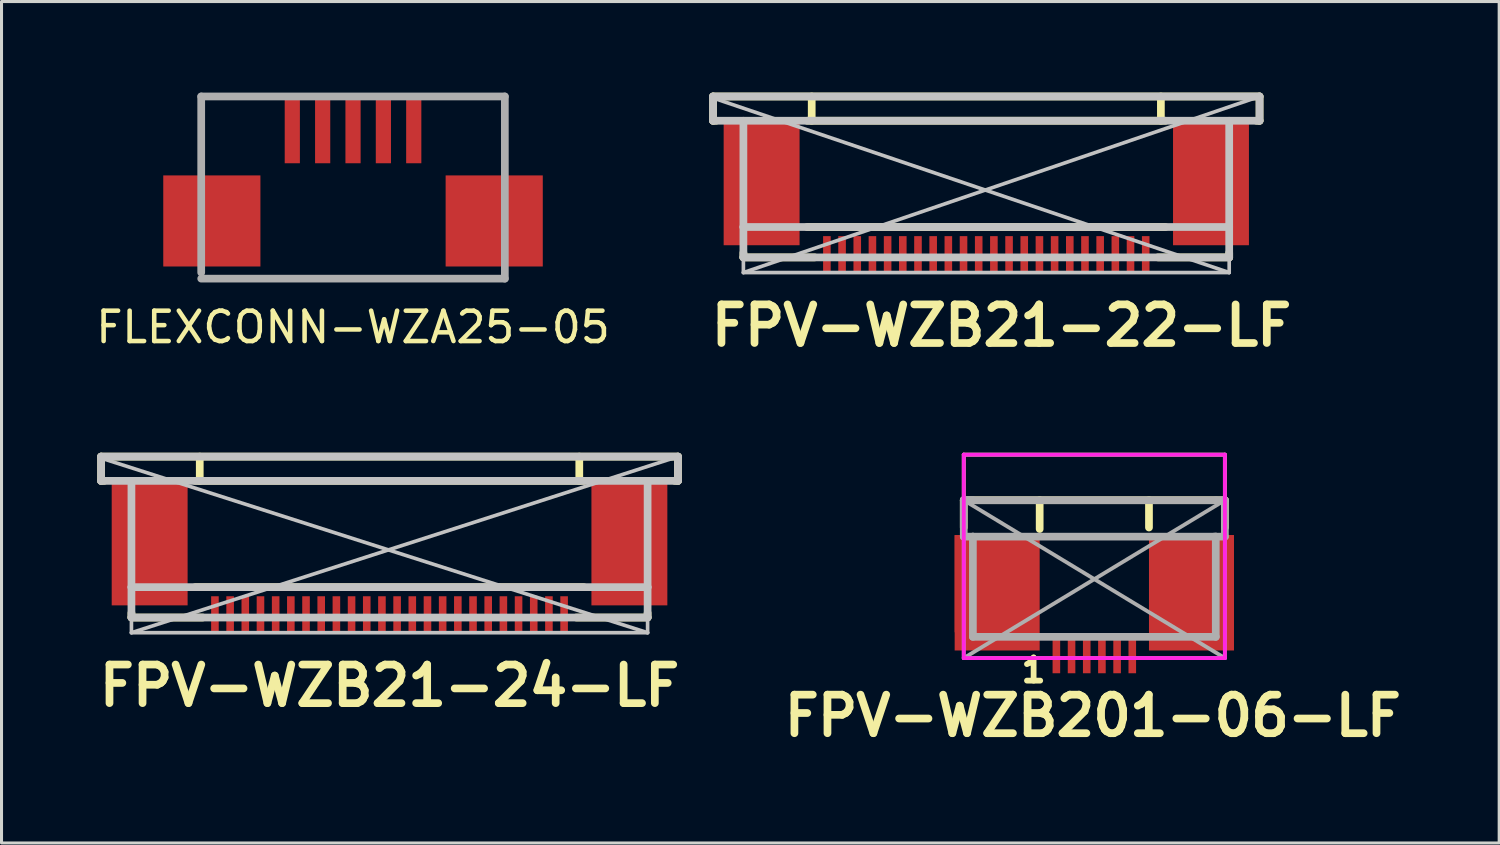
<source format=kicad_pcb>
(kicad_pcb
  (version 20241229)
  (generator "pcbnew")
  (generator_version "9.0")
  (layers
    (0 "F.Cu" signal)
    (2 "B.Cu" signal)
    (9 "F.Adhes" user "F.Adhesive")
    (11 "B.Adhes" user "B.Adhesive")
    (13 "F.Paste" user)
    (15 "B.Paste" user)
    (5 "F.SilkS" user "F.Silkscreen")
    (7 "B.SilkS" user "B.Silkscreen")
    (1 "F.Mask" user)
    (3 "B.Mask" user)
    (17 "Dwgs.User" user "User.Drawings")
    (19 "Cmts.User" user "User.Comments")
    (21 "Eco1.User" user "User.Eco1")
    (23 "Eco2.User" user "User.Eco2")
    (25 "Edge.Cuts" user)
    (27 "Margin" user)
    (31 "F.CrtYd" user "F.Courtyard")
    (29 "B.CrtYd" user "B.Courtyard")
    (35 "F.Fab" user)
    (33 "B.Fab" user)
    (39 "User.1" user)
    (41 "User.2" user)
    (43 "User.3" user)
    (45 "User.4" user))
  (footprint "FPV-WZB201-06-LF"
    (layer "F.Cu")
    (at 32.992 16.024)
    (property "Reference" "FPV-WZB201-06-LF" (at -0.05 4.5 0) (layer "F.SilkS") (effects (font (size 1.27 1.27) (thickness 0.254))))
    (attr smd)
    (fp_line (start -4.3 -4.1) (end -4.3 -2.6) (stroke (width 0.127) (type solid)) (layer "F.SilkS"))
    (fp_line (start -4.3 -2.6) (end -4.3 -1.7) (stroke (width 0.254) (type solid)) (layer "F.SilkS"))
    (fp_line (start -1.8 -2.6) (end -1.8 -1.65) (stroke (width 0.254) (type solid)) (layer "F.SilkS"))
    (fp_line (start 1.8 -2.6) (end 1.8 -1.7) (stroke (width 0.254) (type solid)) (layer "F.SilkS"))
    (fp_line (start 4.3 -4.1) (end -4.3 -4.1) (stroke (width 0.127) (type solid)) (layer "F.SilkS"))
    (fp_line (start 4.3 -2.6) (end -4.3 -2.6) (stroke (width 0.254) (type solid)) (layer "F.SilkS"))
    (fp_line (start 4.3 -2.6) (end 4.3 -4.1) (stroke (width 0.127) (type solid)) (layer "F.SilkS"))
    (fp_line (start 4.3 -2.6) (end 4.3 -1.7) (stroke (width 0.254) (type solid)) (layer "F.SilkS"))
    (fp_line (start -4.3 -4.1) (end -4.3 2.6) (stroke (width 0.127) (type solid)) (layer "F.CrtYd"))
    (fp_line (start -4.3 -4.1) (end 4.3 -4.1) (stroke (width 0.127) (type solid)) (layer "F.CrtYd"))
    (fp_line (start -4.3 2.6) (end 4.3 2.6) (stroke (width 0.127) (type solid)) (layer "F.CrtYd"))
    (fp_line (start 4.3 -4.1) (end 4.3 2.6) (stroke (width 0.127) (type solid)) (layer "F.CrtYd"))
    (fp_line (start -4.3 -2.6) (end -4.3 -1.4) (stroke (width 0.254) (type solid)) (layer "F.Fab"))
    (fp_line (start -4.3 -1.4) (end -4.3 2.6) (stroke (width 0.127) (type solid)) (layer "F.Fab"))
    (fp_line (start -4.3 -1.4) (end -4 -1.4) (stroke (width 0.254) (type solid)) (layer "F.Fab"))
    (fp_line (start -4.3 2.6) (end 4.3 -2.6) (stroke (width 0.127) (type solid)) (layer "F.Fab"))
    (fp_line (start -4.3 2.6) (end 4.3 2.6) (stroke (width 0.127) (type solid)) (layer "F.Fab"))
    (fp_line (start -4 -2.6) (end -4.3 -2.6) (stroke (width 0.254) (type solid)) (layer "F.Fab"))
    (fp_line (start -4 -1.4) (end -4 1.9) (stroke (width 0.254) (type solid)) (layer "F.Fab"))
    (fp_line (start -4 1.9) (end 4 1.9) (stroke (width 0.254) (type solid)) (layer "F.Fab"))
    (fp_line (start 4 -2.6) (end -4.3 -2.6) (stroke (width 0.254) (type solid)) (layer "F.Fab"))
    (fp_line (start 4 -2.6) (end 4.3 -2.6) (stroke (width 0.254) (type solid)) (layer "F.Fab"))
    (fp_line (start 4 -1.4) (end -4 -1.4) (stroke (width 0.254) (type solid)) (layer "F.Fab"))
    (fp_line (start 4 1.9) (end 4 -1.4) (stroke (width 0.254) (type solid)) (layer "F.Fab"))
    (fp_line (start 4.3 -2.6) (end 4.3 -1.4) (stroke (width 0.254) (type solid)) (layer "F.Fab"))
    (fp_line (start 4.3 -1.4) (end 3.95 -1.4) (stroke (width 0.254) (type solid)) (layer "F.Fab"))
    (fp_line (start 4.3 -1.4) (end 4.3 2.6) (stroke (width 0.127) (type solid)) (layer "F.Fab"))
    (fp_line (start 4.3 2.6) (end -4.3 -2.6) (stroke (width 0.127) (type solid)) (layer "F.Fab"))
    (fp_text user "1" (at -2 3 0) (layer "F.SilkS") (effects (font (size 0.762 0.762) (thickness 0.191))))
    (pad "0" smd rect (at -3.4 0.15 180) (size 2.4 3.2) (layers "F.Cu" "F.Mask" "F.Paste"))
    (pad "0" smd rect (at -3.2 0.45 180) (size 2.8 3.8) (layers "F.Cu"))
    (pad "0" smd rect (at 3.2 0.45 180) (size 2.8 3.8) (layers "F.Cu"))
    (pad "0" smd rect (at 3.4 0.15 180) (size 2.4 3.2) (layers "F.Cu" "F.Mask" "F.Paste"))
    (pad "1" smd rect (at -1.25 2.45 180) (size 0.25 1.3) (layers "F.Cu" "F.Mask" "F.Paste"))
    (pad "2" smd rect (at -0.75 2.45 180) (size 0.25 1.3) (layers "F.Cu" "F.Mask" "F.Paste"))
    (pad "3" smd rect (at -0.25 2.45 180) (size 0.25 1.3) (layers "F.Cu" "F.Mask" "F.Paste"))
    (pad "4" smd rect (at 0.25 2.45 180) (size 0.25 1.3) (layers "F.Cu" "F.Mask" "F.Paste"))
    (pad "5" smd rect (at 0.75 2.45 180) (size 0.25 1.3) (layers "F.Cu" "F.Mask" "F.Paste"))
    (pad "6" smd rect (at 1.25 2.45 180) (size 0.25 1.3) (layers "F.Cu" "F.Mask" "F.Paste")))
  (footprint "FLEXCONN-WZA25-05"
    (layer "F.Cu")
    (at 8.577 5.727)
    (property "Reference" "FLEXCONN-WZA25-05" (at 0 2 180) (layer "F.SilkS") (effects (font (size 1 1) (thickness 0.15))))
    (attr smd)
    (fp_line (start -5 -5.6) (end -5 0.2) (stroke (width 0.254) (type solid)) (layer "F.Fab"))
    (fp_line (start -5 0.4) (end 5 0.4) (stroke (width 0.254) (type solid)) (layer "F.Fab"))
    (fp_line (start 5 -5.6) (end -5 -5.6) (stroke (width 0.254) (type solid)) (layer "F.Fab"))
    (fp_line (start 5 0.4) (end 5 -5.6) (stroke (width 0.254) (type solid)) (layer "F.Fab"))
    (pad "0" smd rect (at -4.65 -1.5) (size 3.2 3) (layers "F.Cu" "F.Mask" "F.Paste"))
    (pad "0" smd rect (at 4.65 -1.5) (size 3.2 3) (layers "F.Cu" "F.Mask" "F.Paste"))
    (pad "1" smd rect (at -2 -4.5) (size 0.5 2.2) (layers "F.Cu" "F.Mask" "F.Paste"))
    (pad "2" smd rect (at -1 -4.5) (size 0.5 2.2) (layers "F.Cu" "F.Mask" "F.Paste"))
    (pad "3" smd rect (at 0 -4.5) (size 0.5 2.2) (layers "F.Cu" "F.Mask" "F.Paste"))
    (pad "4" smd rect (at 1 -4.5) (size 0.5 2.2) (layers "F.Cu" "F.Mask" "F.Paste"))
    (pad "5" smd rect (at 2 -4.5) (size 0.5 2.2) (layers "F.Cu" "F.Mask" "F.Paste")))
  (footprint "FPV-WZB21-22-LF"
    (layer "F.Cu")
    (at 29.434 3.227)
    (property "Reference" "FPV-WZB21-22-LF" (at 0.5 4.445 0) (layer "F.SilkS") (effects (font (size 1.27 1.27) (thickness 0.254))))
    (attr smd)
    (fp_line (start -9 -3.1) (end 9 -3.1) (stroke (width 0.254) (type solid)) (layer "F.SilkS"))
    (fp_line (start -9 -2.3) (end -9 -3.1) (stroke (width 0.254) (type solid)) (layer "F.SilkS"))
    (fp_line (start -9 -2.3) (end -8.9 -2.3) (stroke (width 0.254) (type solid)) (layer "F.SilkS"))
    (fp_line (start -8 2.05) (end -8 2.2) (stroke (width 0.254) (type solid)) (layer "F.SilkS"))
    (fp_line (start -8 2.2) (end -5.65 2.2) (stroke (width 0.254) (type solid)) (layer "F.SilkS"))
    (fp_line (start -5.9 1.2) (end 5.9 1.2) (stroke (width 0.254) (type solid)) (layer "F.SilkS"))
    (fp_line (start -5.75 -2.3) (end -5.75 -3.1) (stroke (width 0.254) (type solid)) (layer "F.SilkS"))
    (fp_line (start 5.65 2.2) (end 8 2.2) (stroke (width 0.254) (type solid)) (layer "F.SilkS"))
    (fp_line (start 5.75 -2.3) (end 5.75 -3.1) (stroke (width 0.254) (type solid)) (layer "F.SilkS"))
    (fp_line (start 5.9 -2.3) (end -5.9 -2.3) (stroke (width 0.254) (type solid)) (layer "F.SilkS"))
    (fp_line (start 8 2.2) (end 8 2.05) (stroke (width 0.254) (type solid)) (layer "F.SilkS"))
    (fp_line (start 9 -3.1) (end 9 -2.3) (stroke (width 0.254) (type solid)) (layer "F.SilkS"))
    (fp_line (start 9 -2.3) (end 8.9 -2.3) (stroke (width 0.254) (type solid)) (layer "F.SilkS"))
    (fp_line (start -9 -3.1) (end -9 -2.3) (stroke (width 0.254) (type solid)) (layer "Dwgs.User"))
    (fp_line (start -9 -3.1) (end 9 -3.1) (stroke (width 0.254) (type solid)) (layer "Dwgs.User"))
    (fp_line (start -9 -2.3) (end 9 -2.3) (stroke (width 0.254) (type solid)) (layer "Dwgs.User"))
    (fp_line (start -8 1.2) (end -8 -2.3) (stroke (width 0.254) (type solid)) (layer "Dwgs.User"))
    (fp_line (start -8 1.2) (end -8 2.2) (stroke (width 0.254) (type solid)) (layer "Dwgs.User"))
    (fp_line (start -8 1.2) (end 8 1.2) (stroke (width 0.254) (type solid)) (layer "Dwgs.User"))
    (fp_line (start -8 2.2) (end -8 2.7) (stroke (width 0.12) (type solid)) (layer "Dwgs.User"))
    (fp_line (start -8 2.2) (end 8 2.2) (stroke (width 0.254) (type solid)) (layer "Dwgs.User"))
    (fp_line (start -8 2.7) (end 8 2.7) (stroke (width 0.12) (type solid)) (layer "Dwgs.User"))
    (fp_line (start 8 1.2) (end 8 -2.3) (stroke (width 0.254) (type solid)) (layer "Dwgs.User"))
    (fp_line (start 8 1.2) (end 8 2.2) (stroke (width 0.254) (type solid)) (layer "Dwgs.User"))
    (fp_line (start 8 2.7) (end -9 -3.05) (stroke (width 0.12) (type solid)) (layer "Dwgs.User"))
    (fp_line (start 8 2.7) (end 8 2.2) (stroke (width 0.12) (type solid)) (layer "Dwgs.User"))
    (fp_line (start 9 -3.1) (end -8 2.7) (stroke (width 0.12) (type solid)) (layer "Dwgs.User"))
    (fp_line (start 9 -2.3) (end 9 -3.1) (stroke (width 0.254) (type solid)) (layer "Dwgs.User"))
    (pad "0" smd rect (at -7.4 -0.25) (size 2.5 4.1) (layers "F.Cu" "F.Mask" "F.Paste"))
    (pad "0" smd rect (at 7.4 -0.25) (size 2.5 4.1) (layers "F.Cu" "F.Mask" "F.Paste"))
    (pad "1" smd rect (at -5.25 2.1) (size 0.25 1.2) (layers "F.Cu" "F.Mask" "F.Paste"))
    (pad "2" smd rect (at -4.75 2.1) (size 0.25 1.2) (layers "F.Cu" "F.Mask" "F.Paste"))
    (pad "3" smd rect (at -4.25 2.1) (size 0.25 1.2) (layers "F.Cu" "F.Mask" "F.Paste"))
    (pad "4" smd rect (at -3.75 2.1) (size 0.25 1.2) (layers "F.Cu" "F.Mask" "F.Paste"))
    (pad "5" smd rect (at -3.25 2.1) (size 0.25 1.2) (layers "F.Cu" "F.Mask" "F.Paste"))
    (pad "6" smd rect (at -2.75 2.1) (size 0.25 1.2) (layers "F.Cu" "F.Mask" "F.Paste"))
    (pad "7" smd rect (at -2.25 2.1) (size 0.25 1.2) (layers "F.Cu" "F.Mask" "F.Paste"))
    (pad "8" smd rect (at -1.75 2.1) (size 0.25 1.2) (layers "F.Cu" "F.Mask" "F.Paste"))
    (pad "9" smd rect (at -1.25 2.1) (size 0.25 1.2) (layers "F.Cu" "F.Mask" "F.Paste"))
    (pad "10" smd rect (at -0.75 2.1) (size 0.25 1.2) (layers "F.Cu" "F.Mask" "F.Paste"))
    (pad "11" smd rect (at -0.25 2.1) (size 0.25 1.2) (layers "F.Cu" "F.Mask" "F.Paste"))
    (pad "12" smd rect (at 0.25 2.1) (size 0.25 1.2) (layers "F.Cu" "F.Mask" "F.Paste"))
    (pad "13" smd rect (at 0.75 2.1) (size 0.25 1.2) (layers "F.Cu" "F.Mask" "F.Paste"))
    (pad "14" smd rect (at 1.25 2.1) (size 0.25 1.2) (layers "F.Cu" "F.Mask" "F.Paste"))
    (pad "15" smd rect (at 1.75 2.1) (size 0.25 1.2) (layers "F.Cu" "F.Mask" "F.Paste"))
    (pad "16" smd rect (at 2.25 2.1) (size 0.25 1.2) (layers "F.Cu" "F.Mask" "F.Paste"))
    (pad "17" smd rect (at 2.75 2.1) (size 0.25 1.2) (layers "F.Cu" "F.Mask" "F.Paste"))
    (pad "18" smd rect (at 3.25 2.1) (size 0.25 1.2) (layers "F.Cu" "F.Mask" "F.Paste"))
    (pad "19" smd rect (at 3.75 2.1) (size 0.25 1.2) (layers "F.Cu" "F.Mask" "F.Paste"))
    (pad "20" smd rect (at 4.25 2.1) (size 0.25 1.2) (layers "F.Cu" "F.Mask" "F.Paste"))
    (pad "21" smd rect (at 4.75 2.1) (size 0.25 1.2) (layers "F.Cu" "F.Mask" "F.Paste"))
    (pad "22" smd rect (at 5.25 2.1) (size 0.25 1.2) (layers "F.Cu" "F.Mask" "F.Paste")))
  (footprint "FPV-WZB21-24-LF"
    (layer "F.Cu")
    (at 9.779 15.088)
    (property "Reference" "FPV-WZB21-24-LF" (at 0 4.445 0) (layer "F.SilkS") (effects (font (size 1.27 1.27) (thickness 0.254))))
    (attr smd)
    (fp_line (start -9.5 -3.1) (end 9.5 -3.1) (stroke (width 0.254) (type solid)) (layer "F.SilkS"))
    (fp_line (start -9.5 -2.3) (end -9.5 -3.1) (stroke (width 0.254) (type solid)) (layer "F.SilkS"))
    (fp_line (start -9.5 -2.3) (end -9.4 -2.3) (stroke (width 0.254) (type solid)) (layer "F.SilkS"))
    (fp_line (start -8.5 2.05) (end -8.5 2.2) (stroke (width 0.254) (type solid)) (layer "F.SilkS"))
    (fp_line (start -8.5 2.2) (end -6.15 2.2) (stroke (width 0.254) (type solid)) (layer "F.SilkS"))
    (fp_line (start -6.4 1.2) (end 6.4 1.2) (stroke (width 0.254) (type solid)) (layer "F.SilkS"))
    (fp_line (start -6.25 -2.3) (end -6.25 -3.1) (stroke (width 0.254) (type solid)) (layer "F.SilkS"))
    (fp_line (start 6.15 2.2) (end 8.5 2.2) (stroke (width 0.254) (type solid)) (layer "F.SilkS"))
    (fp_line (start 6.25 -2.3) (end 6.25 -3.1) (stroke (width 0.254) (type solid)) (layer "F.SilkS"))
    (fp_line (start 6.4 -2.3) (end -6.4 -2.3) (stroke (width 0.254) (type solid)) (layer "F.SilkS"))
    (fp_line (start 8.5 2.2) (end 8.5 2.05) (stroke (width 0.254) (type solid)) (layer "F.SilkS"))
    (fp_line (start 9.5 -3.1) (end 9.5 -2.3) (stroke (width 0.254) (type solid)) (layer "F.SilkS"))
    (fp_line (start 9.5 -2.3) (end 9.4 -2.3) (stroke (width 0.254) (type solid)) (layer "F.SilkS"))
    (fp_line (start -9.5 -3.1) (end -9.5 -2.3) (stroke (width 0.254) (type solid)) (layer "Dwgs.User"))
    (fp_line (start -9.5 -3.1) (end 9.5 -3.1) (stroke (width 0.254) (type solid)) (layer "Dwgs.User"))
    (fp_line (start -9.5 -2.3) (end 9.5 -2.3) (stroke (width 0.254) (type solid)) (layer "Dwgs.User"))
    (fp_line (start -8.5 1.2) (end -8.5 -2.3) (stroke (width 0.254) (type solid)) (layer "Dwgs.User"))
    (fp_line (start -8.5 1.2) (end -8.5 2.2) (stroke (width 0.254) (type solid)) (layer "Dwgs.User"))
    (fp_line (start -8.5 1.2) (end 8.5 1.2) (stroke (width 0.254) (type solid)) (layer "Dwgs.User"))
    (fp_line (start -8.5 2.2) (end -8.5 2.7) (stroke (width 0.12) (type solid)) (layer "Dwgs.User"))
    (fp_line (start -8.5 2.2) (end 8.5 2.2) (stroke (width 0.254) (type solid)) (layer "Dwgs.User"))
    (fp_line (start -8.5 2.7) (end 8.5 2.7) (stroke (width 0.12) (type solid)) (layer "Dwgs.User"))
    (fp_line (start 8.5 1.2) (end 8.5 -2.3) (stroke (width 0.254) (type solid)) (layer "Dwgs.User"))
    (fp_line (start 8.5 1.2) (end 8.5 2.2) (stroke (width 0.254) (type solid)) (layer "Dwgs.User"))
    (fp_line (start 8.5 2.7) (end -9.5 -3.05) (stroke (width 0.12) (type solid)) (layer "Dwgs.User"))
    (fp_line (start 8.5 2.7) (end 8.5 2.2) (stroke (width 0.12) (type solid)) (layer "Dwgs.User"))
    (fp_line (start 9.5 -3.1) (end -8.5 2.7) (stroke (width 0.12) (type solid)) (layer "Dwgs.User"))
    (fp_line (start 9.5 -2.3) (end 9.5 -3.1) (stroke (width 0.254) (type solid)) (layer "Dwgs.User"))
    (pad "0" smd rect (at -7.9 -0.25) (size 2.5 4.1) (layers "F.Cu" "F.Mask" "F.Paste"))
    (pad "0" smd rect (at 7.9 -0.25) (size 2.5 4.1) (layers "F.Cu" "F.Mask" "F.Paste"))
    (pad "1" smd rect (at -5.75 2.1) (size 0.25 1.2) (layers "F.Cu" "F.Mask" "F.Paste"))
    (pad "2" smd rect (at -5.25 2.1) (size 0.25 1.2) (layers "F.Cu" "F.Mask" "F.Paste"))
    (pad "3" smd rect (at -4.75 2.1) (size 0.25 1.2) (layers "F.Cu" "F.Mask" "F.Paste"))
    (pad "4" smd rect (at -4.25 2.1) (size 0.25 1.2) (layers "F.Cu" "F.Mask" "F.Paste"))
    (pad "5" smd rect (at -3.75 2.1) (size 0.25 1.2) (layers "F.Cu" "F.Mask" "F.Paste"))
    (pad "6" smd rect (at -3.25 2.1) (size 0.25 1.2) (layers "F.Cu" "F.Mask" "F.Paste"))
    (pad "7" smd rect (at -2.75 2.1) (size 0.25 1.2) (layers "F.Cu" "F.Mask" "F.Paste"))
    (pad "8" smd rect (at -2.25 2.1) (size 0.25 1.2) (layers "F.Cu" "F.Mask" "F.Paste"))
    (pad "9" smd rect (at -1.75 2.1) (size 0.25 1.2) (layers "F.Cu" "F.Mask" "F.Paste"))
    (pad "10" smd rect (at -1.25 2.1) (size 0.25 1.2) (layers "F.Cu" "F.Mask" "F.Paste"))
    (pad "11" smd rect (at -0.75 2.1) (size 0.25 1.2) (layers "F.Cu" "F.Mask" "F.Paste"))
    (pad "12" smd rect (at -0.25 2.1) (size 0.25 1.2) (layers "F.Cu" "F.Mask" "F.Paste"))
    (pad "13" smd rect (at 0.25 2.1) (size 0.25 1.2) (layers "F.Cu" "F.Mask" "F.Paste"))
    (pad "14" smd rect (at 0.75 2.1) (size 0.25 1.2) (layers "F.Cu" "F.Mask" "F.Paste"))
    (pad "15" smd rect (at 1.25 2.1) (size 0.25 1.2) (layers "F.Cu" "F.Mask" "F.Paste"))
    (pad "16" smd rect (at 1.75 2.1) (size 0.25 1.2) (layers "F.Cu" "F.Mask" "F.Paste"))
    (pad "17" smd rect (at 2.25 2.1) (size 0.25 1.2) (layers "F.Cu" "F.Mask" "F.Paste"))
    (pad "18" smd rect (at 2.75 2.1) (size 0.25 1.2) (layers "F.Cu" "F.Mask" "F.Paste"))
    (pad "19" smd rect (at 3.25 2.1) (size 0.25 1.2) (layers "F.Cu" "F.Mask" "F.Paste"))
    (pad "20" smd rect (at 3.75 2.1) (size 0.25 1.2) (layers "F.Cu" "F.Mask" "F.Paste"))
    (pad "21" smd rect (at 4.25 2.1) (size 0.25 1.2) (layers "F.Cu" "F.Mask" "F.Paste"))
    (pad "22" smd rect (at 4.75 2.1) (size 0.25 1.2) (layers "F.Cu" "F.Mask" "F.Paste"))
    (pad "23" smd rect (at 5.25 2.1) (size 0.25 1.2) (layers "F.Cu" "F.Mask" "F.Paste"))
    (pad "24" smd rect (at 5.75 2.1) (size 0.25 1.2) (layers "F.Cu" "F.Mask" "F.Paste")))
  (gr_rect
    (start -3 -3)
    (end 46.326 24.713)
    (stroke (width 0.1) (type default))
    (fill no)
    (layer "Edge.Cuts")))
</source>
